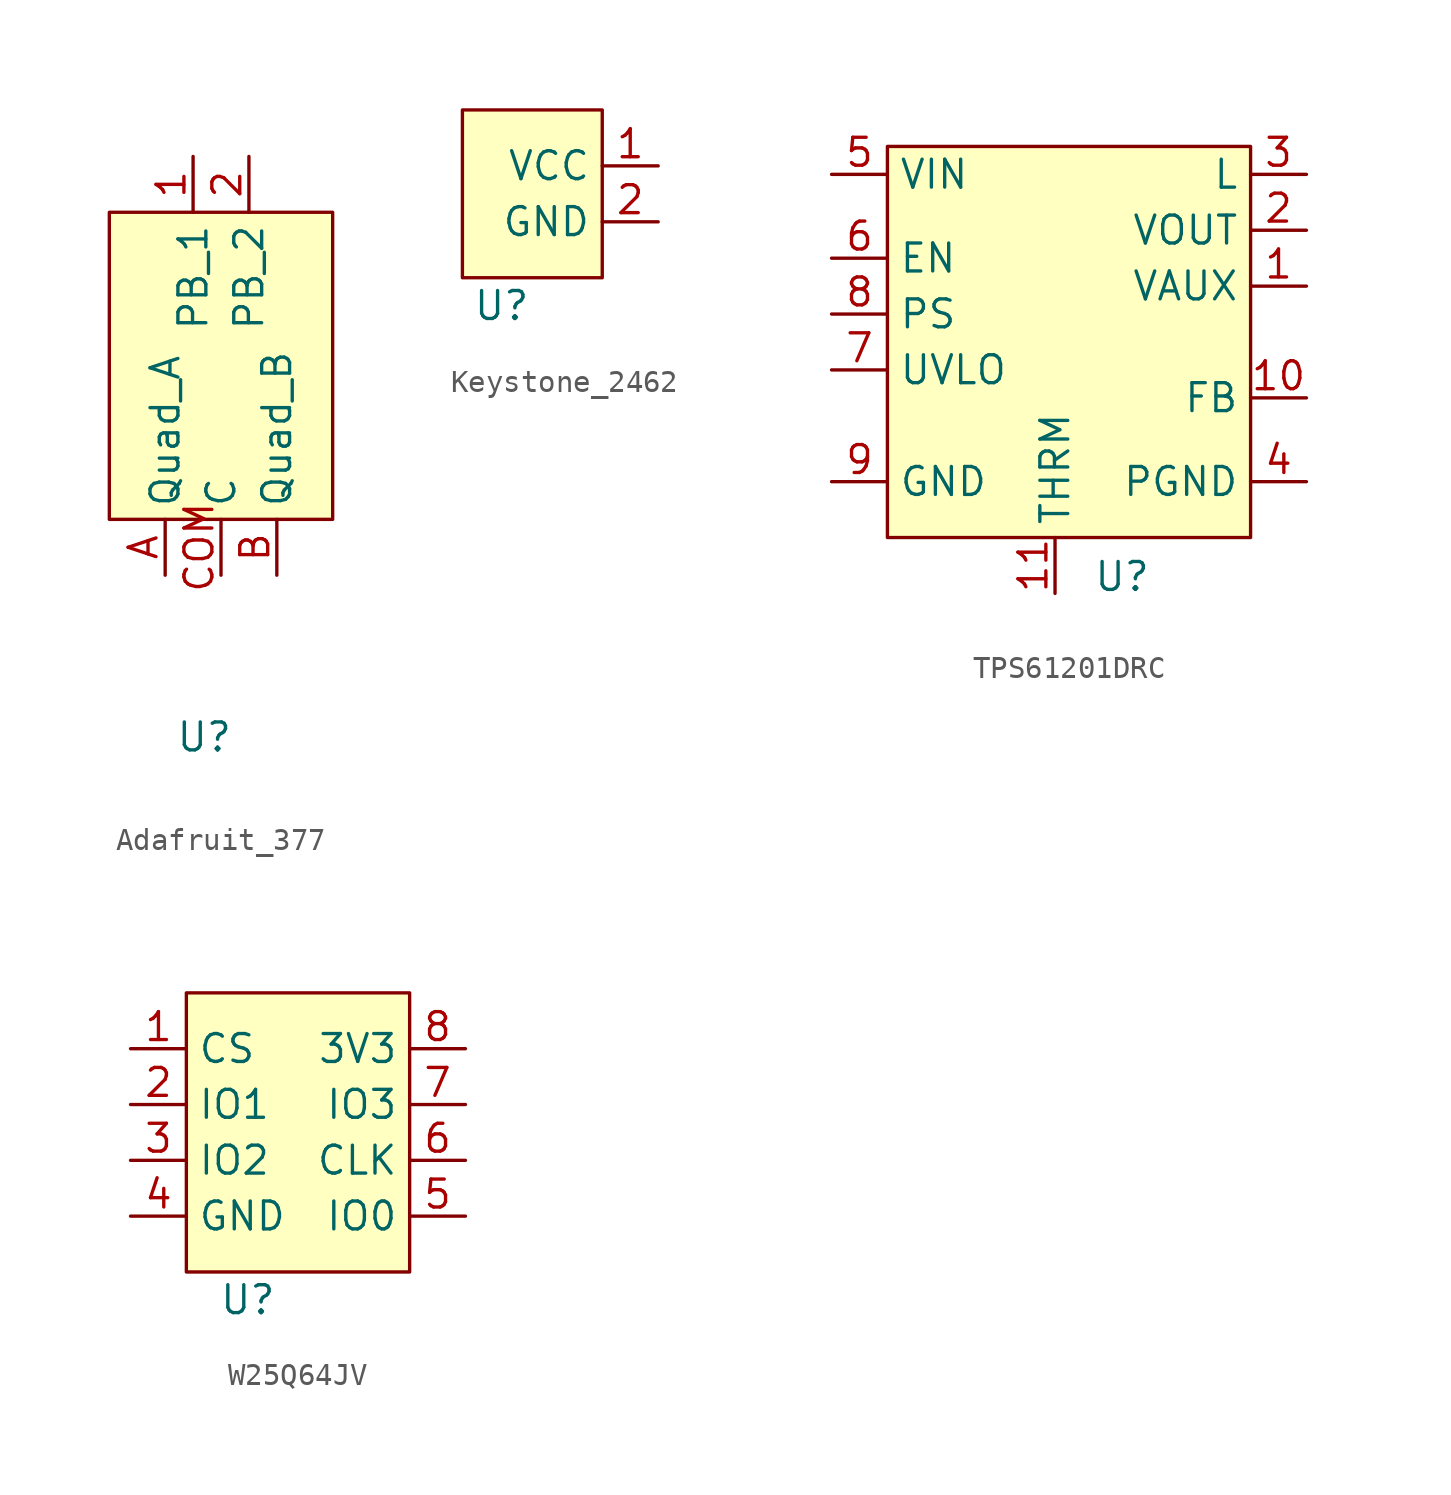
<source format=kicad_sym>
(kicad_symbol_lib
  (version 20241209)
  (generator "kicad_symbol_editor")
  (generator_version "9.0")
  (symbol "Adafruit_377"
    (property "Reference" "U"
      (at -0.762 -1.016 0)
      (effects (font (size 1.27 1.27))))
    (property "Value" ""
      (at 0 0 0)
      (effects (font (size 1.27 1.27))))
    (symbol "Adafruit_377_1_1"
      (rectangle (start -5.08 22.86) (end 5.08 8.89) (stroke (width 0) (type solid)) (fill (type background)))
      (pin output line (at -2.54 6.35 90) (length 2.54) (name "Quad_A" (effects (font (size 1.27 1.27)))) (number "A" (effects (font (size 1.27 1.27)))))
      (pin input line (at -1.27 25.4 270) (length 2.54) (name "PB_1" (effects (font (size 1.27 1.27)))) (number "1" (effects (font (size 1.27 1.27)))))
      (pin input line (at 0 6.35 90) (length 2.54) (name "C" (effects (font (size 1.27 1.27)))) (number "COM" (effects (font (size 1.27 1.27)))))
      (pin input line (at 1.27 25.4 270) (length 2.54) (name "PB_2" (effects (font (size 1.27 1.27)))) (number "2" (effects (font (size 1.27 1.27)))))
      (pin output line (at 2.54 6.35 90) (length 2.54) (name "Quad_B" (effects (font (size 1.27 1.27)))) (number "B" (effects (font (size 1.27 1.27)))))))
  (symbol "Keystone_2462"
    (property "Reference" "U"
      (at -0.762 1.27 0)
      (effects (font (size 1.27 1.27))))
    (property "Value" ""
      (at 0 0 0)
      (effects (font (size 1.27 1.27))))
    (symbol "Keystone_2462_1_1"
      (rectangle (start -2.54 10.16) (end 3.81 2.54) (stroke (width 0) (type solid)) (fill (type background)))
      (pin input line (at 6.35 7.62 180) (length 2.54) (name "VCC" (effects (font (size 1.27 1.27)))) (number "1" (effects (font (size 1.27 1.27)))))
      (pin input line (at 6.35 5.08 180) (length 2.54) (name "GND" (effects (font (size 1.27 1.27)))) (number "2" (effects (font (size 1.27 1.27)))))))
  (symbol "TPS61201DRC"
    (property "Reference" "U"
      (at 3.048 -0.508 0)
      (effects (font (size 1.27 1.27))))
    (property "Value" ""
      (at 0 0 0)
      (effects (font (size 1.27 1.27))))
    (symbol "TPS61201DRC_1_1"
      (rectangle (start -7.62 19.05) (end 8.89 1.27) (stroke (width 0) (type solid)) (fill (type background)))
      (pin input line (at -10.16 17.78 0) (length 2.54) (name "VIN" (effects (font (size 1.27 1.27)))) (number "5" (effects (font (size 1.27 1.27)))))
      (pin input line (at -10.16 13.97 0) (length 2.54) (name "EN" (effects (font (size 1.27 1.27)))) (number "6" (effects (font (size 1.27 1.27)))))
      (pin input line (at -10.16 11.43 0) (length 2.54) (name "PS" (effects (font (size 1.27 1.27)))) (number "8" (effects (font (size 1.27 1.27)))))
      (pin input line (at -10.16 8.89 0) (length 2.54) (name "UVLO" (effects (font (size 1.27 1.27)))) (number "7" (effects (font (size 1.27 1.27)))))
      (pin input line (at -10.16 3.81 0) (length 2.54) (name "GND" (effects (font (size 1.27 1.27)))) (number "9" (effects (font (size 1.27 1.27)))))
      (pin input line (at 0 -1.27 90) (length 2.54) (name "THRM" (effects (font (size 1.27 1.27)))) (number "11" (effects (font (size 1.27 1.27)))))
      (pin input line (at 11.43 17.78 180) (length 2.54) (name "L" (effects (font (size 1.27 1.27)))) (number "3" (effects (font (size 1.27 1.27)))))
      (pin input line (at 11.43 15.24 180) (length 2.54) (name "VOUT" (effects (font (size 1.27 1.27)))) (number "2" (effects (font (size 1.27 1.27)))))
      (pin input line (at 11.43 12.7 180) (length 2.54) (name "VAUX" (effects (font (size 1.27 1.27)))) (number "1" (effects (font (size 1.27 1.27)))))
      (pin input line (at 11.43 7.62 180) (length 2.54) (name "FB" (effects (font (size 1.27 1.27)))) (number "10" (effects (font (size 1.27 1.27)))))
      (pin input line (at 11.43 3.81 180) (length 2.54) (name "PGND" (effects (font (size 1.27 1.27)))) (number "4" (effects (font (size 1.27 1.27)))))))
  (symbol "W25Q64JV"
    (property "Reference" "U"
      (at -1.016 -2.54 0)
      (effects (font (size 1.27 1.27))))
    (property "Value" ""
      (at 0 0 0)
      (effects (font (size 1.27 1.27))))
    (symbol "W25Q64JV_1_1"
      (rectangle (start -3.81 11.43) (end 6.35 -1.27) (stroke (width 0) (type solid)) (fill (type background)))
      (pin input line (at -6.35 8.89 0) (length 2.54) (name "CS" (effects (font (size 1.27 1.27)))) (number "1" (effects (font (size 1.27 1.27)))))
      (pin bidirectional line (at -6.35 6.35 0) (length 2.54) (name "IO1" (effects (font (size 1.27 1.27)))) (number "2" (effects (font (size 1.27 1.27)))))
      (pin bidirectional line (at -6.35 3.81 0) (length 2.54) (name "IO2" (effects (font (size 1.27 1.27)))) (number "3" (effects (font (size 1.27 1.27)))))
      (pin input line (at -6.35 1.27 0) (length 2.54) (name "GND" (effects (font (size 1.27 1.27)))) (number "4" (effects (font (size 1.27 1.27)))))
      (pin power_in line (at 8.89 8.89 180) (length 2.54) (name "3V3" (effects (font (size 1.27 1.27)))) (number "8" (effects (font (size 1.27 1.27)))))
      (pin bidirectional line (at 8.89 6.35 180) (length 2.54) (name "IO3" (effects (font (size 1.27 1.27)))) (number "7" (effects (font (size 1.27 1.27)))))
      (pin input line (at 8.89 3.81 180) (length 2.54) (name "CLK" (effects (font (size 1.27 1.27)))) (number "6" (effects (font (size 1.27 1.27)))))
      (pin bidirectional line (at 8.89 1.27 180) (length 2.54) (name "IO0" (effects (font (size 1.27 1.27)))) (number "5" (effects (font (size 1.27 1.27))))))))
</source>
